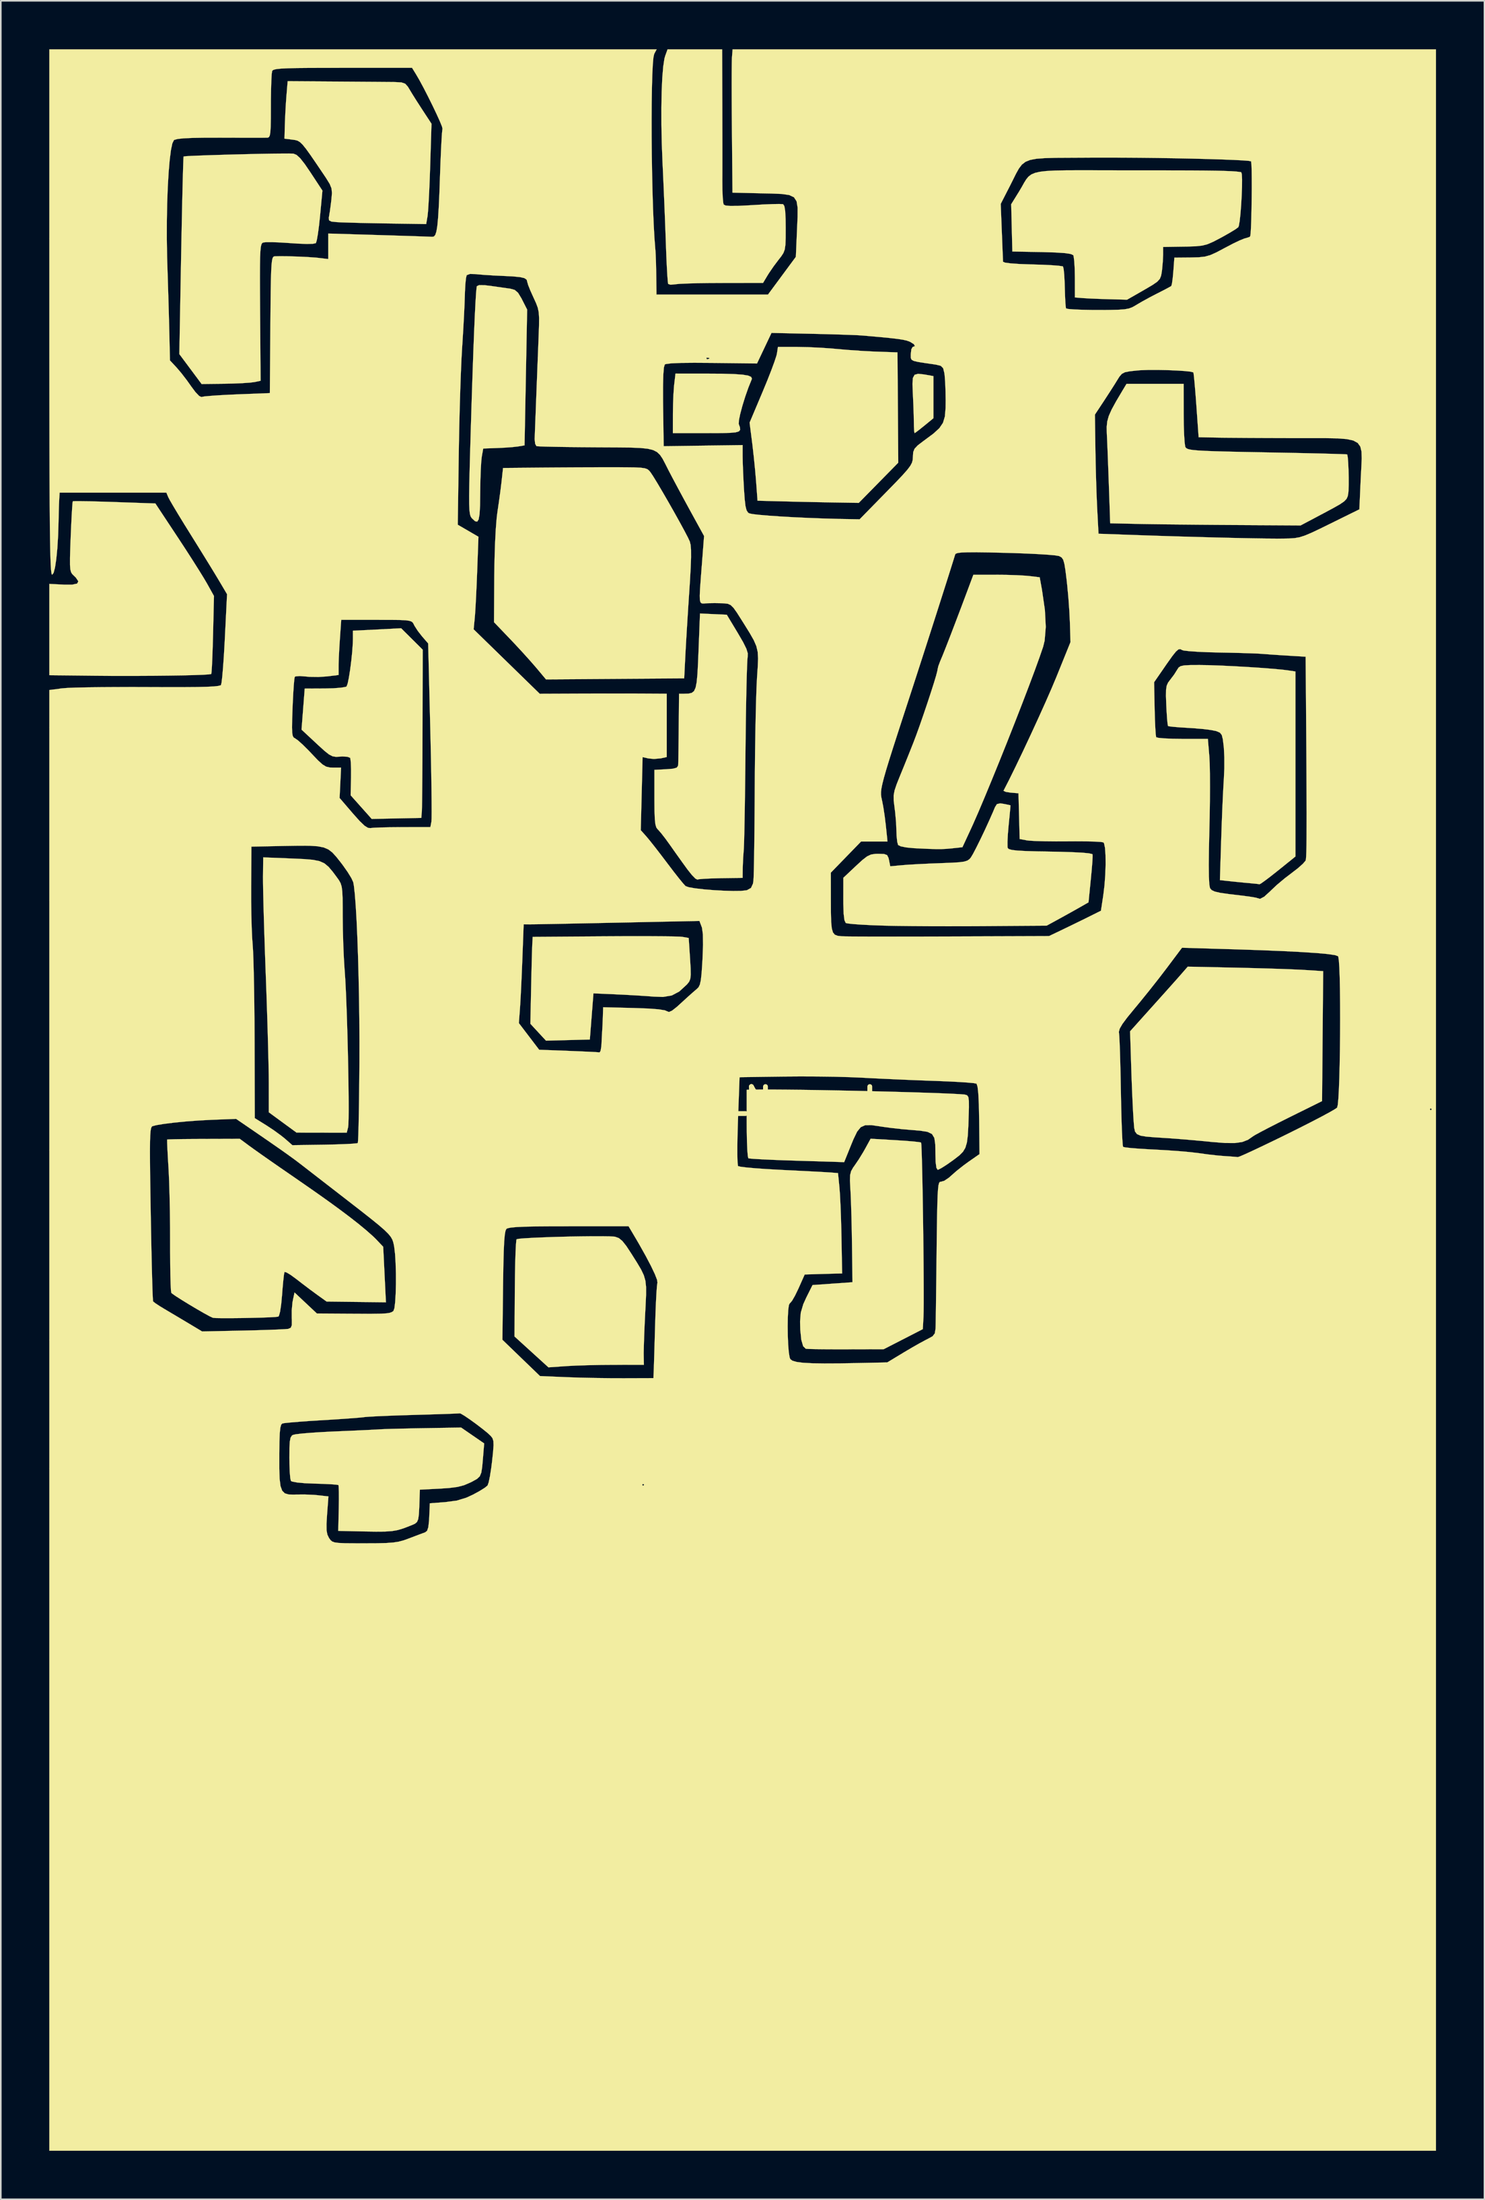
<source format=kicad_pcb>
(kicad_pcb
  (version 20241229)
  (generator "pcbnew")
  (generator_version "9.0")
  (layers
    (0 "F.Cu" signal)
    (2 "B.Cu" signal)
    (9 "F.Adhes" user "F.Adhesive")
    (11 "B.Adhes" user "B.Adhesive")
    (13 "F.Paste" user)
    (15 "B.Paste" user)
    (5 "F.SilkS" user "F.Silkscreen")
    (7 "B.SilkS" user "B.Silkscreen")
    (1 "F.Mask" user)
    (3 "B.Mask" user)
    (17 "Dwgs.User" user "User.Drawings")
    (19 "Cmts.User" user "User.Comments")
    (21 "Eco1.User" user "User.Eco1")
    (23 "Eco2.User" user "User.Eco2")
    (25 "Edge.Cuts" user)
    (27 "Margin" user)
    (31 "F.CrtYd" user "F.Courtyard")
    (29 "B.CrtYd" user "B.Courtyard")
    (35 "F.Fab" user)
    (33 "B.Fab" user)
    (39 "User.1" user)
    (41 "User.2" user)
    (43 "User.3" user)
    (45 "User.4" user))
  (footprint "blocks_Normal"
    (layer "F.Cu")
    (at 42.932 65.029)
    (property "Reference" "blocks_Normal" (at 0 0 0) (layer "F.SilkS") (effects (font (size 1.524 1.524) (thickness 0.3))))
    (attr through_hole)
    (fp_poly (pts (xy 11.221 -44.908) (xy 11.398 -44.877) (xy 11.811 -44.803) (xy 11.811 -42.195) (xy 11.25 -41.735) (xy 10.939 -41.486) (xy 10.718 -41.319) (xy 10.647 -41.275) (xy 10.623 -41.39) (xy 10.607 -41.684) (xy 10.603 -41.942) (xy 10.594 -42.39) (xy 10.574 -42.98) (xy 10.546 -43.601) (xy 10.539 -43.739) (xy 10.516 -44.322) (xy 10.543 -44.691) (xy 10.649 -44.885) (xy 10.865 -44.944) (xy 11.221 -44.908)) (stroke (width 0.01) (type solid)) (fill yes) (layer "F.SilkS"))
    (fp_poly (pts (xy -2.237 -44.957) (xy -1.271 -44.95) (xy -0.535 -44.929) (xy -0.006 -44.892) (xy 0.339 -44.835) (xy 0.525 -44.755) (xy 0.574 -44.648) (xy 0.558 -44.591) (xy 0.36 -44.101) (xy 0.164 -43.544) (xy -0.011 -42.98) (xy -0.148 -42.468) (xy -0.231 -42.069) (xy -0.242 -41.842) (xy -0.239 -41.831) (xy -0.166 -41.631) (xy -0.152 -41.485) (xy -0.227 -41.386) (xy -0.424 -41.324) (xy -0.774 -41.291) (xy -1.309 -41.278) (xy -2.06 -41.275) (xy -2.223 -41.275) (xy -4.318 -41.275) (xy -4.317 -42.45) (xy -4.307 -43.069) (xy -4.283 -43.681) (xy -4.248 -44.179) (xy -4.236 -44.291) (xy -4.156 -44.958) (xy -2.237 -44.957)) (stroke (width 0.01) (type solid)) (fill yes) (layer "F.SilkS"))
    (fp_poly (pts (xy 4.08 -46.594) (xy 4.888 -46.555) (xy 5.647 -46.499) (xy 5.805 -46.485) (xy 6.538 -46.421) (xy 7.37 -46.363) (xy 8.15 -46.322) (xy 8.319 -46.316) (xy 9.588 -46.271) (xy 9.612 -42.858) (xy 9.635 -39.444) (xy 7.191 -36.957) (xy 5.596 -36.984) (xy 4.777 -37) (xy 3.854 -37.019) (xy 2.962 -37.039) (xy 2.462 -37.052) (xy 0.923 -37.092) (xy 0.836 -38.263) (xy 0.777 -38.958) (xy 0.697 -39.757) (xy 0.612 -40.513) (xy 0.591 -40.679) (xy 0.432 -41.924) (xy 1.247 -43.854) (xy 1.528 -44.534) (xy 1.775 -45.162) (xy 1.969 -45.689) (xy 2.092 -46.063) (xy 2.124 -46.196) (xy 2.187 -46.609) (xy 3.374 -46.609) (xy 4.08 -46.594)) (stroke (width 0.01) (type solid)) (fill yes) (layer "F.SilkS"))
    (fp_poly (pts (xy -5.634 -10.14) (xy -4.878 -10.134) (xy -4.285 -10.125) (xy -3.888 -10.112) (xy -3.734 -10.099) (xy -3.34 -10.029) (xy -3.255 -8.739) (xy -3.22 -8.151) (xy -3.213 -7.758) (xy -3.24 -7.503) (xy -3.309 -7.329) (xy -3.427 -7.178) (xy -3.457 -7.146) (xy -3.926 -6.716) (xy -4.389 -6.472) (xy -4.931 -6.381) (xy -5.499 -6.401) (xy -6.029 -6.441) (xy -6.707 -6.483) (xy -7.427 -6.523) (xy -7.825 -6.541) (xy -9.237 -6.603) (xy -9.349 -5.175) (xy -9.461 -3.747) (xy -10.818 -3.711) (xy -12.174 -3.675) (xy -12.658 -4.197) (xy -13.141 -4.72) (xy -13.095 -6.964) (xy -13.078 -7.727) (xy -13.061 -8.432) (xy -13.045 -9.027) (xy -13.031 -9.461) (xy -13.023 -9.652) (xy -12.998 -10.097) (xy -8.563 -10.133) (xy -7.509 -10.14) (xy -6.522 -10.142) (xy -5.634 -10.14)) (stroke (width 0.01) (type solid)) (fill yes) (layer "F.SilkS"))
    (fp_poly (pts (xy -19.81 -27.872) (xy -19.821 -23.048) (xy -19.824 -21.95) (xy -19.828 -20.92) (xy -19.834 -19.988) (xy -19.841 -19.185) (xy -19.848 -18.541) (xy -19.856 -18.087) (xy -19.863 -17.853) (xy -19.864 -17.843) (xy -19.897 -17.462) (xy -21.432 -17.43) (xy -22.966 -17.398) (xy -23.618 -18.129) (xy -24.27 -18.86) (xy -24.246 -19.955) (xy -24.244 -20.467) (xy -24.259 -20.883) (xy -24.288 -21.138) (xy -24.301 -21.178) (xy -24.465 -21.245) (xy -24.783 -21.263) (xy -24.922 -21.254) (xy -25.18 -21.24) (xy -25.391 -21.275) (xy -25.611 -21.389) (xy -25.893 -21.613) (xy -26.293 -21.976) (xy -26.387 -22.064) (xy -27.311 -22.924) (xy -27.114 -25.463) (xy -25.876 -25.47) (xy -25.334 -25.484) (xy -24.887 -25.518) (xy -24.596 -25.565) (xy -24.522 -25.597) (xy -24.456 -25.773) (xy -24.38 -26.141) (xy -24.301 -26.637) (xy -24.229 -27.2) (xy -24.171 -27.766) (xy -24.137 -28.274) (xy -24.13 -28.524) (xy -24.13 -29.045) (xy -21.145 -29.197) (xy -19.81 -27.872)) (stroke (width 0.01) (type solid)) (fill yes) (layer "F.SilkS"))
    (fp_poly (pts (xy -8.231 8.436) (xy -7.934 8.454) (xy -7.892 8.461) (xy -7.668 8.542) (xy -7.453 8.716) (xy -7.203 9.029) (xy -6.888 9.509) (xy -6.539 10.063) (xy -6.287 10.487) (xy -6.119 10.84) (xy -6.021 11.18) (xy -5.979 11.565) (xy -5.979 12.054) (xy -6.008 12.704) (xy -6.033 13.173) (xy -6.069 13.915) (xy -6.098 14.616) (xy -6.117 15.215) (xy -6.126 15.651) (xy -6.125 15.78) (xy -6.114 16.383) (xy -7.978 16.386) (xy -8.757 16.393) (xy -9.556 16.409) (xy -10.287 16.432) (xy -10.864 16.461) (xy -10.933 16.466) (xy -12.023 16.542) (xy -14.124 14.632) (xy -14.104 11.666) (xy -14.095 10.822) (xy -14.08 10.065) (xy -14.06 9.43) (xy -14.036 8.954) (xy -14.011 8.674) (xy -13.995 8.615) (xy -13.843 8.584) (xy -13.481 8.554) (xy -12.952 8.524) (xy -12.299 8.496) (xy -11.567 8.471) (xy -10.798 8.451) (xy -10.036 8.437) (xy -9.326 8.428) (xy -8.71 8.428) (xy -8.231 8.436)) (stroke (width 0.01) (type solid)) (fill yes) (layer "F.SilkS"))
    (fp_poly (pts (xy -15.966 -50.428) (xy -15.602 -50.385) (xy -15.1 -50.314) (xy -14.637 -50.248) (xy -14.382 -50.212) (xy -14.111 -50.136) (xy -13.904 -49.957) (xy -13.694 -49.612) (xy -13.656 -49.536) (xy -13.343 -48.92) (xy -13.503 -40.517) (xy -13.895 -40.451) (xy -14.226 -40.412) (xy -14.703 -40.376) (xy -15.175 -40.354) (xy -16.062 -40.322) (xy -16.152 -39.815) (xy -16.186 -39.497) (xy -16.215 -38.991) (xy -16.237 -38.363) (xy -16.248 -37.676) (xy -16.249 -37.56) (xy -16.259 -36.793) (xy -16.289 -36.258) (xy -16.346 -35.933) (xy -16.438 -35.796) (xy -16.572 -35.826) (xy -16.757 -35.999) (xy -16.789 -36.036) (xy -16.846 -36.131) (xy -16.888 -36.285) (xy -16.916 -36.528) (xy -16.931 -36.888) (xy -16.933 -37.394) (xy -16.924 -38.075) (xy -16.903 -38.96) (xy -16.882 -39.751) (xy -16.827 -41.627) (xy -16.774 -43.355) (xy -16.722 -44.922) (xy -16.673 -46.317) (xy -16.626 -47.527) (xy -16.582 -48.54) (xy -16.541 -49.344) (xy -16.505 -49.925) (xy -16.473 -50.273) (xy -16.457 -50.364) (xy -16.318 -50.433) (xy -15.966 -50.428)) (stroke (width 0.01) (type solid)) (fill yes) (layer "F.SilkS"))
    (fp_poly (pts (xy 30.576 -8.191) (xy 31.51 -8.169) (xy 32.435 -8.143) (xy 33.295 -8.116) (xy 34.035 -8.088) (xy 34.6 -8.062) (xy 34.768 -8.052) (xy 35.945 -7.977) (xy 35.911 -3.957) (xy 35.877 0.064) (xy 33.827 1.079) (xy 33.157 1.415) (xy 32.558 1.72) (xy 32.073 1.975) (xy 31.739 2.157) (xy 31.605 2.241) (xy 31.29 2.459) (xy 30.929 2.597) (xy 30.473 2.661) (xy 29.872 2.658) (xy 29.075 2.595) (xy 29.02 2.589) (xy 28.266 2.516) (xy 27.454 2.444) (xy 26.7 2.384) (xy 26.289 2.355) (xy 25.536 2.307) (xy 24.998 2.263) (xy 24.638 2.203) (xy 24.418 2.106) (xy 24.299 1.953) (xy 24.246 1.722) (xy 24.219 1.395) (xy 24.207 1.234) (xy 24.18 0.797) (xy 24.148 0.17) (xy 24.115 -0.582) (xy 24.083 -1.394) (xy 24.064 -1.968) (xy 23.991 -4.255) (xy 24.903 -5.271) (xy 25.548 -5.989) (xy 26.049 -6.547) (xy 26.432 -6.975) (xy 26.722 -7.3) (xy 26.946 -7.552) (xy 27.129 -7.76) (xy 27.211 -7.854) (xy 27.561 -8.255) (xy 30.576 -8.191)) (stroke (width 0.01) (type solid)) (fill yes) (layer "F.SilkS"))
    (fp_poly (pts (xy -40.99 -37.063) (xy -40.465 -37.055) (xy -39.802 -37.038) (xy -39.042 -37.014) (xy -38.895 -37.009) (xy -36.361 -36.92) (xy -34.976 -34.827) (xy -34.514 -34.123) (xy -34.07 -33.434) (xy -33.675 -32.81) (xy -33.36 -32.3) (xy -33.163 -31.965) (xy -32.734 -31.194) (xy -32.791 -28.806) (xy -32.812 -28.055) (xy -32.835 -27.395) (xy -32.859 -26.867) (xy -32.882 -26.511) (xy -32.902 -26.368) (xy -32.902 -26.367) (xy -33.051 -26.343) (xy -33.419 -26.32) (xy -33.975 -26.3) (xy -34.685 -26.282) (xy -35.515 -26.268) (xy -36.433 -26.257) (xy -37.404 -26.251) (xy -38.395 -26.249) (xy -39.373 -26.252) (xy -40.164 -26.26) (xy -42.926 -26.294) (xy -42.927 -31.941) (xy -42.037 -31.898) (xy -41.501 -31.898) (xy -41.203 -31.963) (xy -41.133 -32.104) (xy -41.282 -32.329) (xy -41.418 -32.461) (xy -41.516 -32.559) (xy -41.585 -32.676) (xy -41.628 -32.852) (xy -41.648 -33.127) (xy -41.648 -33.539) (xy -41.631 -34.13) (xy -41.604 -34.856) (xy -41.573 -35.567) (xy -41.542 -36.185) (xy -41.513 -36.666) (xy -41.489 -36.969) (xy -41.474 -37.054) (xy -41.34 -37.063) (xy -40.99 -37.063)) (stroke (width 0.01) (type solid)) (fill yes) (layer "F.SilkS"))
    (fp_poly (pts (xy -8.018 -39.163) (xy -7.248 -39.161) (xy -6.691 -39.153) (xy -6.308 -39.134) (xy -6.057 -39.099) (xy -5.898 -39.042) (xy -5.792 -38.957) (xy -5.706 -38.853) (xy -5.537 -38.6) (xy -5.278 -38.178) (xy -4.957 -37.634) (xy -4.601 -37.019) (xy -4.238 -36.38) (xy -3.896 -35.766) (xy -3.602 -35.226) (xy -3.384 -34.808) (xy -3.271 -34.565) (xy -3.221 -34.359) (xy -3.195 -34.044) (xy -3.193 -33.59) (xy -3.216 -32.963) (xy -3.262 -32.132) (xy -3.297 -31.597) (xy -3.357 -30.691) (xy -3.416 -29.757) (xy -3.471 -28.868) (xy -3.516 -28.095) (xy -3.545 -27.559) (xy -3.619 -26.099) (xy -7.897 -26.065) (xy -12.174 -26.032) (xy -12.786 -26.762) (xy -13.143 -27.172) (xy -13.605 -27.685) (xy -14.103 -28.223) (xy -14.396 -28.532) (xy -15.394 -29.573) (xy -15.377 -32.408) (xy -15.361 -33.465) (xy -15.329 -34.454) (xy -15.284 -35.323) (xy -15.228 -36.023) (xy -15.183 -36.386) (xy -15.09 -37.02) (xy -15 -37.673) (xy -14.932 -38.224) (xy -14.921 -38.322) (xy -14.834 -39.116) (xy -12.465 -39.141) (xy -11.511 -39.149) (xy -10.452 -39.156) (xy -9.391 -39.161) (xy -8.431 -39.163) (xy -8.018 -39.163)) (stroke (width 0.01) (type solid)) (fill yes) (layer "F.SilkS"))
    (fp_poly (pts (xy -27.909 -14.948) (xy -27.155 -14.914) (xy -26.603 -14.867) (xy -26.201 -14.786) (xy -25.897 -14.649) (xy -25.638 -14.434) (xy -25.373 -14.12) (xy -25.129 -13.792) (xy -24.989 -13.596) (xy -24.891 -13.416) (xy -24.827 -13.206) (xy -24.789 -12.918) (xy -24.77 -12.504) (xy -24.764 -11.916) (xy -24.763 -11.379) (xy -24.753 -10.545) (xy -24.728 -9.649) (xy -24.691 -8.791) (xy -24.646 -8.074) (xy -24.64 -8.004) (xy -24.603 -7.461) (xy -24.567 -6.753) (xy -24.532 -5.918) (xy -24.499 -4.989) (xy -24.47 -4.003) (xy -24.444 -2.995) (xy -24.423 -2.001) (xy -24.407 -1.055) (xy -24.397 -0.194) (xy -24.394 0.548) (xy -24.399 1.135) (xy -24.412 1.531) (xy -24.429 1.686) (xy -24.513 2.02) (xy -26.068 2.017) (xy -27.622 2.014) (xy -28.48 1.386) (xy -29.337 0.757) (xy -29.338 -1.05) (xy -29.343 -1.601) (xy -29.358 -2.364) (xy -29.381 -3.295) (xy -29.41 -4.352) (xy -29.446 -5.492) (xy -29.486 -6.673) (xy -29.525 -7.747) (xy -29.567 -8.894) (xy -29.605 -10.009) (xy -29.638 -11.057) (xy -29.665 -11.999) (xy -29.684 -12.798) (xy -29.695 -13.419) (xy -29.697 -13.823) (xy -29.697 -13.827) (xy -29.683 -15.018) (xy -27.909 -14.948)) (stroke (width 0.01) (type solid)) (fill yes) (layer "F.SilkS"))
    (fp_poly (pts (xy 9.455 2.483) (xy 10.052 2.521) (xy 10.551 2.562) (xy 10.9 2.6) (xy 11.049 2.629) (xy 11.049 2.63) (xy 11.065 2.765) (xy 11.082 3.123) (xy 11.099 3.67) (xy 11.117 4.376) (xy 11.135 5.207) (xy 11.151 6.133) (xy 11.167 7.12) (xy 11.181 8.137) (xy 11.193 9.152) (xy 11.203 10.133) (xy 11.209 11.048) (xy 11.212 11.864) (xy 11.212 12.551) (xy 11.207 13.075) (xy 11.198 13.405) (xy 11.198 13.407) (xy 11.156 14.177) (xy 8.735 15.419) (xy 6.422 15.425) (xy 5.67 15.425) (xy 4.998 15.421) (xy 4.451 15.413) (xy 4.072 15.403) (xy 3.912 15.392) (xy 3.748 15.234) (xy 3.633 14.837) (xy 3.57 14.215) (xy 3.557 13.705) (xy 3.601 13.156) (xy 3.756 12.63) (xy 3.942 12.222) (xy 4.328 11.45) (xy 5.566 11.362) (xy 6.803 11.274) (xy 6.772 8.907) (xy 6.758 8.07) (xy 6.739 7.239) (xy 6.716 6.48) (xy 6.692 5.859) (xy 6.673 5.516) (xy 6.646 4.994) (xy 6.655 4.648) (xy 6.716 4.402) (xy 6.84 4.181) (xy 6.93 4.056) (xy 7.188 3.677) (xy 7.471 3.215) (xy 7.589 3.007) (xy 7.925 2.394) (xy 9.455 2.483)) (stroke (width 0.01) (type solid)) (fill yes) (layer "F.SilkS"))
    (fp_poly (pts (xy -25.166 -63.032) (xy -24.276 -63.025) (xy -23.434 -63.018) (xy -22.686 -63.012) (xy -22.077 -63.006) (xy -21.654 -63.002) (xy -21.522 -63) (xy -21.128 -62.979) (xy -20.895 -62.899) (xy -20.728 -62.715) (xy -20.646 -62.579) (xy -20.461 -62.272) (xy -20.189 -61.839) (xy -19.884 -61.367) (xy -19.837 -61.294) (xy -19.265 -60.422) (xy -19.347 -57.802) (xy -19.376 -56.978) (xy -19.409 -56.212) (xy -19.444 -55.549) (xy -19.477 -55.038) (xy -19.507 -54.726) (xy -19.512 -54.697) (xy -19.594 -54.212) (xy -22.084 -54.252) (xy -22.894 -54.267) (xy -23.654 -54.283) (xy -24.311 -54.301) (xy -24.817 -54.317) (xy -25.119 -54.332) (xy -25.123 -54.332) (xy -25.462 -54.368) (xy -25.608 -54.444) (xy -25.623 -54.606) (xy -25.604 -54.713) (xy -25.551 -55.037) (xy -25.491 -55.486) (xy -25.459 -55.753) (xy -25.428 -56.132) (xy -25.454 -56.415) (xy -25.565 -56.691) (xy -25.787 -57.052) (xy -25.895 -57.214) (xy -26.384 -57.937) (xy -26.755 -58.479) (xy -27.033 -58.865) (xy -27.242 -59.124) (xy -27.407 -59.283) (xy -27.552 -59.37) (xy -27.702 -59.412) (xy -27.871 -59.436) (xy -28.367 -59.499) (xy -28.343 -60.389) (xy -28.317 -61.024) (xy -28.277 -61.725) (xy -28.244 -62.166) (xy -28.17 -63.056) (xy -25.166 -63.032)) (stroke (width 0.01) (type solid)) (fill yes) (layer "F.SilkS"))
    (fp_poly (pts (xy -27.837 -58.572) (xy -27.813 -58.57) (xy -27.621 -58.492) (xy -27.393 -58.284) (xy -27.102 -57.913) (xy -26.757 -57.407) (xy -26.018 -56.283) (xy -26.166 -54.716) (xy -26.231 -54.107) (xy -26.301 -53.588) (xy -26.367 -53.214) (xy -26.421 -53.037) (xy -26.423 -53.034) (xy -26.597 -52.993) (xy -26.984 -52.982) (xy -27.546 -53.003) (xy -28.006 -53.034) (xy -28.609 -53.073) (xy -29.133 -53.093) (xy -29.517 -53.091) (xy -29.694 -53.07) (xy -29.753 -53.031) (xy -29.799 -52.946) (xy -29.834 -52.788) (xy -29.86 -52.533) (xy -29.877 -52.154) (xy -29.886 -51.626) (xy -29.889 -50.924) (xy -29.886 -50.022) (xy -29.879 -48.894) (xy -29.878 -48.752) (xy -29.847 -44.514) (xy -30.236 -44.432) (xy -30.521 -44.398) (xy -30.989 -44.366) (xy -31.57 -44.342) (xy -32.061 -44.332) (xy -33.497 -44.312) (xy -34.877 -46.164) (xy -34.766 -52.258) (xy -34.742 -53.477) (xy -34.719 -54.616) (xy -34.697 -55.651) (xy -34.675 -56.556) (xy -34.655 -57.308) (xy -34.638 -57.881) (xy -34.624 -58.251) (xy -34.613 -58.393) (xy -34.613 -58.393) (xy -34.478 -58.41) (xy -34.13 -58.43) (xy -33.609 -58.452) (xy -32.956 -58.475) (xy -32.211 -58.498) (xy -31.415 -58.52) (xy -30.608 -58.54) (xy -29.831 -58.557) (xy -29.125 -58.57) (xy -28.531 -58.577) (xy -28.088 -58.579) (xy -27.837 -58.572)) (stroke (width 0.01) (type solid)) (fill yes) (layer "F.SilkS"))
    (fp_poly (pts (xy 27.307 -42.45) (xy 27.315 -41.775) (xy 27.335 -41.184) (xy 27.365 -40.727) (xy 27.401 -40.453) (xy 27.418 -40.404) (xy 27.466 -40.348) (xy 27.546 -40.3) (xy 27.681 -40.261) (xy 27.895 -40.228) (xy 28.209 -40.2) (xy 28.647 -40.175) (xy 29.232 -40.153) (xy 29.986 -40.132) (xy 30.931 -40.111) (xy 32.091 -40.088) (xy 33.081 -40.069) (xy 34.101 -40.049) (xy 35.037 -40.029) (xy 35.859 -40.01) (xy 36.539 -39.991) (xy 37.047 -39.975) (xy 37.352 -39.962) (xy 37.432 -39.954) (xy 37.465 -39.803) (xy 37.493 -39.469) (xy 37.514 -39.021) (xy 37.526 -38.528) (xy 37.526 -38.062) (xy 37.513 -37.691) (xy 37.502 -37.564) (xy 37.465 -37.365) (xy 37.393 -37.205) (xy 37.247 -37.051) (xy 36.988 -36.873) (xy 36.58 -36.641) (xy 35.992 -36.326) (xy 34.546 -35.56) (xy 30.449 -35.588) (xy 29.349 -35.596) (xy 28.238 -35.606) (xy 27.167 -35.618) (xy 26.185 -35.629) (xy 25.344 -35.641) (xy 24.693 -35.652) (xy 24.556 -35.655) (xy 22.76 -35.694) (xy 22.677 -38.072) (xy 22.647 -38.891) (xy 22.617 -39.685) (xy 22.589 -40.394) (xy 22.565 -40.958) (xy 22.549 -41.274) (xy 22.542 -41.658) (xy 22.576 -41.994) (xy 22.671 -42.335) (xy 22.846 -42.731) (xy 23.121 -43.235) (xy 23.515 -43.9) (xy 23.521 -43.91) (xy 23.77 -44.323) (xy 27.305 -44.323) (xy 27.307 -42.45)) (stroke (width 0.01) (type solid)) (fill yes) (layer "F.SilkS"))
    (fp_poly (pts (xy 28.294 -26.922) (xy 28.904 -26.912) (xy 29.662 -26.885) (xy 30.505 -26.844) (xy 31.372 -26.794) (xy 32.203 -26.739) (xy 32.934 -26.681) (xy 33.505 -26.625) (xy 33.718 -26.598) (xy 34.227 -26.523) (xy 34.227 -15.072) (xy 33.149 -14.203) (xy 32.707 -13.854) (xy 32.34 -13.576) (xy 32.092 -13.401) (xy 32.006 -13.356) (xy 31.849 -13.379) (xy 31.538 -13.41) (xy 31.433 -13.419) (xy 30.995 -13.459) (xy 30.471 -13.512) (xy 30.239 -13.537) (xy 29.553 -13.612) (xy 29.634 -16.172) (xy 29.664 -17.047) (xy 29.698 -17.922) (xy 29.734 -18.732) (xy 29.769 -19.414) (xy 29.797 -19.884) (xy 29.826 -20.531) (xy 29.826 -21.206) (xy 29.799 -21.781) (xy 29.789 -21.877) (xy 29.734 -22.329) (xy 29.667 -22.594) (xy 29.554 -22.736) (xy 29.363 -22.821) (xy 29.296 -22.842) (xy 28.993 -22.902) (xy 28.516 -22.962) (xy 27.945 -23.011) (xy 27.643 -23.03) (xy 27.107 -23.063) (xy 26.675 -23.098) (xy 26.403 -23.131) (xy 26.34 -23.148) (xy 26.312 -23.29) (xy 26.28 -23.627) (xy 26.249 -24.103) (xy 26.233 -24.428) (xy 26.212 -25.005) (xy 26.218 -25.392) (xy 26.259 -25.649) (xy 26.345 -25.839) (xy 26.469 -26.004) (xy 26.716 -26.33) (xy 26.907 -26.633) (xy 26.91 -26.638) (xy 26.997 -26.77) (xy 27.126 -26.854) (xy 27.349 -26.9) (xy 27.721 -26.919) (xy 28.293 -26.922) (xy 28.294 -26.922)) (stroke (width 0.01) (type solid)) (fill yes) (layer "F.SilkS"))
    (fp_poly (pts (xy -1.259 -61.627) (xy -1.257 -60.635) (xy -1.255 -59.649) (xy -1.254 -58.721) (xy -1.254 -57.902) (xy -1.255 -57.246) (xy -1.257 -56.896) (xy -1.252 -56.329) (xy -1.232 -55.853) (xy -1.2 -55.526) (xy -1.172 -55.418) (xy -1.052 -55.359) (xy -0.767 -55.333) (xy -0.291 -55.337) (xy 0.402 -55.372) (xy 0.635 -55.386) (xy 1.278 -55.424) (xy 1.836 -55.447) (xy 2.256 -55.455) (xy 2.487 -55.445) (xy 2.508 -55.44) (xy 2.585 -55.322) (xy 2.635 -55.021) (xy 2.661 -54.511) (xy 2.667 -53.969) (xy 2.665 -53.352) (xy 2.649 -52.929) (xy 2.607 -52.639) (xy 2.525 -52.421) (xy 2.39 -52.214) (xy 2.244 -52.028) (xy 1.932 -51.615) (xy 1.639 -51.188) (xy 1.542 -51.034) (xy 1.264 -50.569) (xy -1.273 -50.568) (xy -2.075 -50.563) (xy -2.811 -50.552) (xy -3.435 -50.534) (xy -3.901 -50.513) (xy -4.165 -50.488) (xy -4.179 -50.485) (xy -4.46 -50.458) (xy -4.61 -50.507) (xy -4.633 -50.661) (xy -4.661 -51.027) (xy -4.692 -51.565) (xy -4.723 -52.233) (xy -4.751 -52.99) (xy -4.752 -53.023) (xy -4.787 -53.979) (xy -4.83 -55.088) (xy -4.879 -56.248) (xy -4.928 -57.356) (xy -4.96 -58.047) (xy -5.005 -59.208) (xy -5.029 -60.346) (xy -5.03 -61.425) (xy -5.012 -62.41) (xy -4.974 -63.265) (xy -4.917 -63.955) (xy -4.843 -64.446) (xy -4.798 -64.609) (xy -4.648 -65.024) (xy -1.27 -65.024) (xy -1.259 -61.627)) (stroke (width 0.01) (type solid)) (fill yes) (layer "F.SilkS"))
    (fp_poly (pts (xy -16.717 20.759) (xy -16.004 21.25) (xy -16.077 22.15) (xy -16.125 22.698) (xy -16.18 23.055) (xy -16.275 23.283) (xy -16.442 23.442) (xy -16.712 23.595) (xy -16.86 23.67) (xy -17.24 23.833) (xy -17.655 23.942) (xy -18.185 24.01) (xy -18.731 24.047) (xy -19.985 24.112) (xy -20 24.534) (xy -20.022 25.192) (xy -20.047 25.643) (xy -20.087 25.933) (xy -20.16 26.108) (xy -20.28 26.214) (xy -20.462 26.297) (xy -20.606 26.354) (xy -21.002 26.506) (xy -21.348 26.611) (xy -21.706 26.674) (xy -22.138 26.705) (xy -22.704 26.71) (xy -23.409 26.698) (xy -25.038 26.662) (xy -25.006 25.271) (xy -24.998 24.703) (xy -25 24.237) (xy -25.012 23.926) (xy -25.028 23.825) (xy -25.17 23.8) (xy -25.511 23.775) (xy -25.998 23.752) (xy -26.48 23.738) (xy -27.104 23.712) (xy -27.59 23.667) (xy -27.893 23.61) (xy -27.97 23.569) (xy -28.009 23.39) (xy -28.041 23.019) (xy -28.06 22.515) (xy -28.065 22.134) (xy -28.06 21.533) (xy -28.038 21.138) (xy -27.992 20.899) (xy -27.913 20.77) (xy -27.845 20.723) (xy -27.651 20.681) (xy -27.248 20.635) (xy -26.681 20.589) (xy -25.993 20.545) (xy -25.273 20.51) (xy -24.493 20.477) (xy -23.773 20.445) (xy -23.161 20.416) (xy -22.708 20.393) (xy -22.479 20.379) (xy -22.209 20.366) (xy -21.736 20.351) (xy -21.11 20.335) (xy -20.384 20.319) (xy -19.732 20.307) (xy -17.43 20.268) (xy -16.717 20.759)) (stroke (width 0.01) (type solid)) (fill yes) (layer "F.SilkS"))
    (fp_poly (pts (xy 1.875 -0.651) (xy 2.727 -0.644) (xy 3.703 -0.632) (xy 4.772 -0.615) (xy 5.903 -0.593) (xy 7.064 -0.569) (xy 8.226 -0.541) (xy 9.357 -0.512) (xy 10.426 -0.482) (xy 11.401 -0.451) (xy 12.253 -0.421) (xy 12.949 -0.391) (xy 13.459 -0.364) (xy 13.752 -0.339) (xy 13.78 -0.334) (xy 13.903 -0.291) (xy 13.976 -0.182) (xy 14.008 0.047) (xy 14.011 0.446) (xy 14.002 0.776) (xy 13.976 1.59) (xy 13.942 2.194) (xy 13.885 2.634) (xy 13.79 2.955) (xy 13.642 3.201) (xy 13.427 3.418) (xy 13.13 3.649) (xy 13.025 3.727) (xy 12.627 4.007) (xy 12.298 4.215) (xy 12.099 4.314) (xy 12.079 4.318) (xy 11.999 4.195) (xy 11.951 3.836) (xy 11.938 3.357) (xy 11.929 2.752) (xy 11.872 2.348) (xy 11.725 2.102) (xy 11.443 1.966) (xy 10.982 1.894) (xy 10.515 1.856) (xy 9.871 1.8) (xy 9.212 1.727) (xy 8.656 1.652) (xy 8.539 1.633) (xy 7.982 1.552) (xy 7.591 1.556) (xy 7.312 1.68) (xy 7.088 1.957) (xy 6.864 2.422) (xy 6.731 2.744) (xy 6.287 3.842) (xy 3.371 3.753) (xy 2.534 3.726) (xy 1.782 3.696) (xy 1.152 3.666) (xy 0.682 3.638) (xy 0.408 3.614) (xy 0.355 3.603) (xy 0.321 3.462) (xy 0.292 3.11) (xy 0.27 2.591) (xy 0.257 1.949) (xy 0.254 1.453) (xy 0.254 -0.635) (xy 0.667 -0.645) (xy 1.178 -0.652) (xy 1.875 -0.651)) (stroke (width 0.01) (type solid)) (fill yes) (layer "F.SilkS"))
    (fp_poly (pts (xy 16.337 -32.502) (xy 16.97 -32.482) (xy 17.496 -32.453) (xy 17.738 -32.431) (xy 18.394 -32.352) (xy 18.535 -31.575) (xy 18.715 -30.334) (xy 18.77 -29.284) (xy 18.7 -28.435) (xy 18.608 -28.057) (xy 18.39 -27.422) (xy 18.09 -26.593) (xy 17.722 -25.611) (xy 17.303 -24.517) (xy 16.848 -23.349) (xy 16.374 -22.149) (xy 15.896 -20.957) (xy 15.43 -19.814) (xy 14.993 -18.758) (xy 14.601 -17.831) (xy 14.269 -17.074) (xy 14.148 -16.809) (xy 13.61 -15.648) (xy 12.996 -15.581) (xy 12.657 -15.549) (xy 12.331 -15.533) (xy 11.955 -15.532) (xy 11.468 -15.547) (xy 10.806 -15.578) (xy 10.608 -15.588) (xy 10.137 -15.633) (xy 9.786 -15.704) (xy 9.626 -15.786) (xy 9.571 -15.992) (xy 9.534 -16.356) (xy 9.524 -16.637) (xy 9.502 -17.169) (xy 9.448 -17.781) (xy 9.403 -18.142) (xy 9.354 -18.538) (xy 9.351 -18.851) (xy 9.408 -19.161) (xy 9.538 -19.548) (xy 9.738 -20.047) (xy 9.999 -20.686) (xy 10.279 -21.38) (xy 10.525 -21.998) (xy 10.565 -22.098) (xy 10.753 -22.593) (xy 10.971 -23.199) (xy 11.204 -23.87) (xy 11.437 -24.559) (xy 11.654 -25.218) (xy 11.84 -25.801) (xy 11.979 -26.262) (xy 12.055 -26.553) (xy 12.065 -26.619) (xy 12.114 -26.843) (xy 12.235 -27.166) (xy 12.252 -27.205) (xy 12.384 -27.519) (xy 12.591 -28.039) (xy 12.861 -28.733) (xy 13.181 -29.569) (xy 13.54 -30.514) (xy 13.92 -31.526) (xy 14.287 -32.509) (xy 15.684 -32.509) (xy 16.337 -32.502)) (stroke (width 0.01) (type solid)) (fill yes) (layer "F.SilkS"))
    (fp_poly (pts (xy -1.81 -30.073) (xy -0.981 -30.035) (xy -0.294 -28.895) (xy 0.033 -28.332) (xy 0.231 -27.931) (xy 0.318 -27.649) (xy 0.312 -27.441) (xy 0.311 -27.434) (xy 0.292 -27.243) (xy 0.273 -26.825) (xy 0.253 -26.209) (xy 0.233 -25.422) (xy 0.215 -24.492) (xy 0.198 -23.448) (xy 0.184 -22.316) (xy 0.176 -21.59) (xy 0.164 -20.407) (xy 0.15 -19.284) (xy 0.136 -18.251) (xy 0.12 -17.338) (xy 0.105 -16.573) (xy 0.09 -15.986) (xy 0.076 -15.607) (xy 0.069 -15.494) (xy 0.031 -14.977) (xy 0.008 -14.433) (xy 0.006 -14.337) (xy 0 -13.752) (xy -1.351 -13.731) (xy -1.916 -13.716) (xy -2.386 -13.694) (xy -2.702 -13.667) (xy -2.805 -13.646) (xy -2.926 -13.707) (xy -3.143 -13.929) (xy -3.401 -14.252) (xy -3.733 -14.709) (xy -4.123 -15.254) (xy -4.476 -15.755) (xy -4.777 -16.172) (xy -5.048 -16.52) (xy -5.236 -16.734) (xy -5.259 -16.754) (xy -5.342 -16.865) (xy -5.4 -17.06) (xy -5.436 -17.382) (xy -5.455 -17.87) (xy -5.461 -18.566) (xy -5.461 -18.678) (xy -5.461 -20.434) (xy -4.731 -20.472) (xy -4.312 -20.506) (xy -4.088 -20.567) (xy -4 -20.679) (xy -3.988 -20.765) (xy -3.982 -20.974) (xy -3.975 -21.388) (xy -3.968 -21.957) (xy -3.96 -22.633) (xy -3.956 -23.082) (xy -3.937 -25.146) (xy -3.611 -25.146) (xy -3.35 -25.153) (xy -3.154 -25.197) (xy -3.011 -25.308) (xy -2.912 -25.521) (xy -2.844 -25.866) (xy -2.796 -26.377) (xy -2.759 -27.086) (xy -2.732 -27.751) (xy -2.639 -30.11) (xy -1.81 -30.073)) (stroke (width 0.01) (type solid)) (fill yes) (layer "F.SilkS"))
    (fp_poly (pts (xy 21.929 -57.54) (xy 23.194 -57.537) (xy 24.016 -57.537) (xy 25.502 -57.536) (xy 26.755 -57.534) (xy 27.797 -57.53) (xy 28.647 -57.523) (xy 29.327 -57.513) (xy 29.859 -57.5) (xy 30.263 -57.484) (xy 30.561 -57.463) (xy 30.773 -57.439) (xy 30.873 -57.42) (xy 30.91 -57.293) (xy 30.924 -56.97) (xy 30.92 -56.508) (xy 30.9 -55.964) (xy 30.867 -55.395) (xy 30.825 -54.859) (xy 30.777 -54.411) (xy 30.725 -54.109) (xy 30.688 -54.016) (xy 30.514 -53.889) (xy 30.178 -53.684) (xy 29.741 -53.436) (xy 29.586 -53.352) (xy 29.137 -53.118) (xy 28.79 -52.968) (xy 28.46 -52.881) (xy 28.065 -52.838) (xy 27.521 -52.82) (xy 27.332 -52.817) (xy 26.035 -52.795) (xy 26.035 -52.323) (xy 26.016 -51.881) (xy 25.97 -51.386) (xy 25.958 -51.287) (xy 25.912 -51.019) (xy 25.832 -50.821) (xy 25.674 -50.647) (xy 25.391 -50.45) (xy 24.94 -50.184) (xy 24.842 -50.127) (xy 23.803 -49.532) (xy 22.665 -49.563) (xy 22.086 -49.581) (xy 21.545 -49.604) (xy 21.136 -49.627) (xy 21.05 -49.633) (xy 20.574 -49.672) (xy 20.572 -50.903) (xy 20.562 -51.449) (xy 20.535 -51.906) (xy 20.497 -52.209) (xy 20.472 -52.289) (xy 20.32 -52.36) (xy 19.959 -52.415) (xy 19.374 -52.454) (xy 18.55 -52.479) (xy 18.537 -52.479) (xy 16.701 -52.514) (xy 16.665 -53.977) (xy 16.629 -55.44) (xy 17.109 -56.214) (xy 17.289 -56.518) (xy 17.431 -56.772) (xy 17.56 -56.98) (xy 17.699 -57.148) (xy 17.87 -57.279) (xy 18.097 -57.377) (xy 18.404 -57.448) (xy 18.812 -57.496) (xy 19.345 -57.524) (xy 20.027 -57.538) (xy 20.881 -57.542) (xy 21.929 -57.54)) (stroke (width 0.01) (type solid)) (fill yes) (layer "F.SilkS"))
    (fp_poly (pts (xy -30.569 2.819) (xy -30.234 3.061) (xy -29.756 3.4) (xy -29.203 3.787) (xy -28.712 4.128) (xy -27.756 4.787) (xy -26.975 5.328) (xy -26.333 5.776) (xy -25.796 6.157) (xy -25.327 6.495) (xy -24.891 6.815) (xy -24.454 7.143) (xy -24.32 7.244) (xy -23.801 7.65) (xy -23.308 8.057) (xy -22.907 8.411) (xy -22.716 8.595) (xy -22.255 9.081) (xy -22.171 10.799) (xy -22.087 12.517) (xy -23.924 12.493) (xy -25.761 12.469) (xy -26.351 12.045) (xy -26.784 11.727) (xy -27.286 11.347) (xy -27.626 11.084) (xy -27.973 10.829) (xy -28.238 10.669) (xy -28.365 10.637) (xy -28.367 10.639) (xy -28.399 10.797) (xy -28.44 11.151) (xy -28.486 11.643) (xy -28.516 12.044) (xy -28.572 12.642) (xy -28.639 13.093) (xy -28.712 13.355) (xy -28.751 13.402) (xy -28.936 13.424) (xy -29.319 13.446) (xy -29.841 13.465) (xy -30.449 13.48) (xy -31.084 13.492) (xy -31.693 13.499) (xy -32.218 13.499) (xy -32.603 13.492) (xy -32.792 13.477) (xy -32.795 13.477) (xy -33 13.382) (xy -33.349 13.192) (xy -33.787 12.94) (xy -34.258 12.66) (xy -34.708 12.384) (xy -35.08 12.147) (xy -35.319 11.98) (xy -35.375 11.928) (xy -35.397 11.77) (xy -35.416 11.395) (xy -35.432 10.841) (xy -35.442 10.144) (xy -35.447 9.343) (xy -35.447 8.853) (xy -35.45 7.881) (xy -35.462 6.873) (xy -35.483 5.897) (xy -35.509 5.023) (xy -35.541 4.318) (xy -35.549 4.191) (xy -35.587 3.562) (xy -35.615 3.031) (xy -35.631 2.647) (xy -35.633 2.457) (xy -35.631 2.445) (xy -35.501 2.435) (xy -35.159 2.425) (xy -34.645 2.416) (xy -34.001 2.41) (xy -33.369 2.407) (xy -31.135 2.399) (xy -30.569 2.819)) (stroke (width 0.01) (type solid)) (fill yes) (layer "F.SilkS"))
    (fp_poly (pts (xy 16.157 -18.331) (xy 16.441 -18.274) (xy 16.581 -18.24) (xy 16.584 -18.238) (xy 16.576 -18.115) (xy 16.547 -17.794) (xy 16.502 -17.331) (xy 16.469 -17) (xy 16.422 -16.454) (xy 16.399 -15.992) (xy 16.4 -15.682) (xy 16.414 -15.597) (xy 16.49 -15.529) (xy 16.68 -15.477) (xy 17.016 -15.439) (xy 17.528 -15.411) (xy 18.248 -15.39) (xy 18.665 -15.383) (xy 19.689 -15.362) (xy 20.479 -15.337) (xy 21.053 -15.307) (xy 21.43 -15.271) (xy 21.63 -15.227) (xy 21.667 -15.206) (xy 21.671 -15.07) (xy 21.653 -14.734) (xy 21.614 -14.248) (xy 21.562 -13.7) (xy 21.416 -12.236) (xy 20.9 -11.941) (xy 20.507 -11.719) (xy 20.011 -11.443) (xy 19.606 -11.22) (xy 18.829 -10.795) (xy 14.907 -10.763) (xy 13.795 -10.757) (xy 12.641 -10.756) (xy 11.505 -10.759) (xy 10.444 -10.767) (xy 9.518 -10.779) (xy 8.785 -10.794) (xy 8.763 -10.795) (xy 8.03 -10.821) (xy 7.38 -10.854) (xy 6.859 -10.891) (xy 6.511 -10.929) (xy 6.386 -10.959) (xy 6.306 -11.128) (xy 6.256 -11.519) (xy 6.235 -12.145) (xy 6.234 -12.407) (xy 6.236 -13.755) (xy 7.023 -14.496) (xy 7.423 -14.862) (xy 7.711 -15.083) (xy 7.954 -15.195) (xy 8.218 -15.235) (xy 8.398 -15.239) (xy 8.76 -15.227) (xy 8.945 -15.158) (xy 9.032 -14.987) (xy 9.063 -14.852) (xy 9.14 -14.465) (xy 9.872 -14.534) (xy 10.29 -14.566) (xy 10.882 -14.6) (xy 11.568 -14.633) (xy 12.255 -14.66) (xy 12.935 -14.686) (xy 13.408 -14.715) (xy 13.719 -14.757) (xy 13.916 -14.819) (xy 14.045 -14.91) (xy 14.131 -15.011) (xy 14.263 -15.231) (xy 14.471 -15.628) (xy 14.727 -16.144) (xy 15.003 -16.723) (xy 15.272 -17.31) (xy 15.509 -17.846) (xy 15.626 -18.127) (xy 15.747 -18.317) (xy 15.952 -18.36) (xy 16.157 -18.331)) (stroke (width 0.01) (type solid)) (fill yes) (layer "F.SilkS"))
    (fp_poly (pts (xy -5.475 -64.744) (xy -5.524 -64.523) (xy -5.563 -64.079) (xy -5.594 -63.443) (xy -5.616 -62.647) (xy -5.63 -61.722) (xy -5.636 -60.698) (xy -5.634 -59.607) (xy -5.624 -58.479) (xy -5.606 -57.347) (xy -5.581 -56.241) (xy -5.549 -55.192) (xy -5.509 -54.231) (xy -5.463 -53.389) (xy -5.41 -52.698) (xy -5.399 -52.578) (xy -5.383 -52.313) (xy -5.367 -51.87) (xy -5.354 -51.326) (xy -5.35 -51.054) (xy -5.334 -49.847) (xy 1.568 -49.847) (xy 3.296 -52.185) (xy 3.369 -53.874) (xy 3.403 -54.658) (xy 3.405 -55.229) (xy 3.368 -55.461) (xy 15.98 -55.461) (xy 16.048 -53.734) (xy 16.074 -53.091) (xy 16.096 -52.537) (xy 16.113 -52.123) (xy 16.122 -51.9) (xy 16.123 -51.88) (xy 16.248 -51.826) (xy 16.596 -51.779) (xy 17.138 -51.741) (xy 17.844 -51.715) (xy 17.939 -51.713) (xy 18.593 -51.693) (xy 19.155 -51.665) (xy 19.575 -51.632) (xy 19.808 -51.598) (xy 19.836 -51.586) (xy 19.876 -51.428) (xy 19.912 -51.078) (xy 19.938 -50.594) (xy 19.947 -50.292) (xy 19.963 -49.76) (xy 19.985 -49.326) (xy 20.011 -49.051) (xy 20.026 -48.99) (xy 20.165 -48.957) (xy 20.513 -48.929) (xy 21.024 -48.908) (xy 21.652 -48.896) (xy 21.981 -48.895) (xy 22.722 -48.897) (xy 23.258 -48.909) (xy 23.637 -48.936) (xy 23.907 -48.984) (xy 24.117 -49.06) (xy 24.314 -49.169) (xy 24.359 -49.197) (xy 24.727 -49.414) (xy 25.212 -49.679) (xy 25.659 -49.911) (xy 26.069 -50.12) (xy 26.384 -50.287) (xy 26.539 -50.377) (xy 26.543 -50.381) (xy 26.584 -50.528) (xy 26.63 -50.857) (xy 26.67 -51.287) (xy 26.733 -52.133) (xy 27.762 -52.144) (xy 28.257 -52.157) (xy 28.63 -52.199) (xy 28.967 -52.295) (xy 29.352 -52.469) (xy 29.872 -52.745) (xy 29.877 -52.748) (xy 30.364 -53.003) (xy 30.783 -53.203) (xy 31.073 -53.32) (xy 31.159 -53.34) (xy 31.379 -53.41) (xy 31.43 -53.463) (xy 31.454 -53.621) (xy 31.476 -53.981) (xy 31.495 -54.491) (xy 31.509 -55.102) (xy 31.519 -55.764) (xy 31.525 -56.427) (xy 31.524 -57.041) (xy 31.518 -57.557) (xy 31.504 -57.924) (xy 31.484 -58.092) (xy 31.481 -58.096) (xy 31.331 -58.125) (xy 30.957 -58.154) (xy 30.389 -58.183) (xy 29.658 -58.211) (xy 28.794 -58.238) (xy 27.826 -58.262) (xy 26.785 -58.284) (xy 25.701 -58.302) (xy 24.604 -58.316) (xy 23.525 -58.325) (xy 22.493 -58.328) (xy 21.539 -58.326) (xy 21.356 -58.324) (xy 20.261 -58.317) (xy 19.389 -58.311) (xy 18.709 -58.293) (xy 18.19 -58.254) (xy 17.802 -58.181) (xy 17.512 -58.064) (xy 17.29 -57.891) (xy 17.107 -57.651) (xy 16.929 -57.333) (xy 16.727 -56.926) (xy 16.559 -56.591) (xy 15.98 -55.461) (xy 3.368 -55.461) (xy 3.341 -55.622) (xy 3.179 -55.87) (xy 2.884 -56.01) (xy 2.423 -56.076) (xy 1.764 -56.102) (xy 1.22 -56.114) (xy -0.628 -56.158) (xy -0.663 -60.115) (xy -0.671 -61.116) (xy -0.675 -62.055) (xy -0.677 -62.896) (xy -0.675 -63.604) (xy -0.67 -64.144) (xy -0.663 -64.479) (xy -0.659 -64.548) (xy -0.62 -65.024) (xy 42.926 -65.024) (xy 42.926 65.024) (xy -42.926 65.024) (xy -42.926 21.949) (xy -28.691 21.949) (xy -28.691 22.807) (xy -28.669 23.443) (xy -28.613 23.89) (xy -28.509 24.178) (xy -28.345 24.341) (xy -28.107 24.41) (xy -27.782 24.418) (xy -27.681 24.414) (xy -27.121 24.409) (xy -26.525 24.436) (xy -26.317 24.455) (xy -25.646 24.53) (xy -25.732 25.659) (xy -25.766 26.236) (xy -25.762 26.625) (xy -25.713 26.891) (xy -25.614 27.097) (xy -25.605 27.11) (xy -25.519 27.231) (xy -25.419 27.318) (xy -25.264 27.375) (xy -25.012 27.409) (xy -24.623 27.426) (xy -24.055 27.431) (xy -23.418 27.432) (xy -22.641 27.428) (xy -22.062 27.414) (xy -21.628 27.382) (xy -21.283 27.327) (xy -20.973 27.243) (xy -20.659 27.129) (xy -20.22 26.962) (xy -19.854 26.825) (xy -19.659 26.755) (xy -19.536 26.657) (xy -19.46 26.431) (xy -19.416 26.023) (xy -19.405 25.819) (xy -19.367 24.956) (xy -18.415 24.883) (xy -17.707 24.79) (xy -17.104 24.607) (xy -16.693 24.418) (xy -16.282 24.193) (xy -15.956 23.988) (xy -15.793 23.855) (xy -15.778 23.812) (xy -6.223 23.812) (xy -6.16 23.876) (xy -6.096 23.812) (xy -6.16 23.749) (xy -6.223 23.812) (xy -15.778 23.812) (xy -15.725 23.663) (xy -15.645 23.28) (xy -15.565 22.768) (xy -15.514 22.363) (xy -15.45 21.763) (xy -15.423 21.361) (xy -15.433 21.103) (xy -15.485 20.935) (xy -15.581 20.802) (xy -15.588 20.795) (xy -15.794 20.602) (xy -16.118 20.34) (xy -16.501 20.047) (xy -16.889 19.766) (xy -17.224 19.539) (xy -17.45 19.406) (xy -17.509 19.388) (xy -17.654 19.397) (xy -18.015 19.412) (xy -18.554 19.431) (xy -19.233 19.453) (xy -20.013 19.476) (xy -20.32 19.485) (xy -21.151 19.51) (xy -21.917 19.538) (xy -22.574 19.566) (xy -23.077 19.593) (xy -23.384 19.616) (xy -23.431 19.622) (xy -23.681 19.65) (xy -24.134 19.687) (xy -24.741 19.731) (xy -25.452 19.778) (xy -26.066 19.815) (xy -26.807 19.861) (xy -27.465 19.909) (xy -27.998 19.953) (xy -28.36 19.991) (xy -28.501 20.016) (xy -28.574 20.093) (xy -28.626 20.283) (xy -28.661 20.62) (xy -28.681 21.138) (xy -28.691 21.873) (xy -28.691 21.949) (xy -42.926 21.949) (xy -42.926 14.836) (xy -14.874 14.836) (xy -13.71 15.959) (xy -12.546 17.081) (xy -10.877 17.152) (xy -10.073 17.179) (xy -9.135 17.2) (xy -8.181 17.213) (xy -7.366 17.216) (xy -5.524 17.209) (xy -5.506 16.828) (xy -5.497 16.584) (xy -5.483 16.134) (xy -5.464 15.522) (xy -5.443 14.796) (xy -5.42 14.001) (xy -5.418 13.937) (xy -5.393 13.161) (xy -5.364 12.469) (xy -5.333 11.904) (xy -5.304 11.506) (xy -5.277 11.315) (xy -5.273 11.307) (xy -5.294 11.134) (xy -5.432 10.777) (xy -5.673 10.27) (xy -6.001 9.646) (xy -6.399 8.936) (xy -6.574 8.636) (xy -7.062 7.811) (xy -10.764 7.811) (xy -11.894 7.813) (xy -12.793 7.821) (xy -13.484 7.836) (xy -13.991 7.859) (xy -14.337 7.89) (xy -14.545 7.932) (xy -14.63 7.975) (xy -14.684 8.094) (xy -14.728 8.344) (xy -14.764 8.751) (xy -14.791 9.335) (xy -14.813 10.121) (xy -14.83 11.131) (xy -14.835 11.488) (xy -14.874 14.836) (xy -42.926 14.836) (xy -42.926 3.116) (xy -36.698 3.116) (xy -36.695 3.817) (xy -36.686 4.706) (xy -36.669 5.806) (xy -36.649 7.033) (xy -36.628 8.173) (xy -36.607 9.235) (xy -36.585 10.191) (xy -36.564 11.013) (xy -36.544 11.677) (xy -36.526 12.153) (xy -36.51 12.417) (xy -36.503 12.461) (xy -36.373 12.567) (xy -36.088 12.756) (xy -35.782 12.941) (xy -35.315 13.218) (xy -34.759 13.548) (xy -34.29 13.828) (xy -33.465 14.322) (xy -30.924 14.267) (xy -30.132 14.248) (xy -29.414 14.226) (xy -28.815 14.203) (xy -28.377 14.182) (xy -28.144 14.163) (xy -28.131 14.16) (xy -27.977 14.093) (xy -27.911 13.928) (xy -27.91 13.596) (xy -27.916 13.499) (xy -27.917 13.007) (xy -27.872 12.521) (xy -27.85 12.4) (xy -27.745 11.909) (xy -26.362 13.208) (xy -24.325 13.223) (xy -23.471 13.228) (xy -22.834 13.227) (xy -22.378 13.22) (xy -22.067 13.202) (xy -21.864 13.172) (xy -21.733 13.127) (xy -21.638 13.066) (xy -21.622 13.053) (xy -21.56 12.879) (xy -21.514 12.505) (xy -21.482 11.985) (xy -21.467 11.372) (xy -21.468 10.721) (xy -21.486 10.086) (xy -21.521 9.519) (xy -21.574 9.075) (xy -21.584 9.021) (xy -21.626 8.823) (xy -21.684 8.647) (xy -21.781 8.473) (xy -21.939 8.278) (xy -22.179 8.041) (xy -22.524 7.742) (xy -22.997 7.358) (xy -23.62 6.868) (xy -24.415 6.251) (xy -24.697 6.032) (xy -25.374 5.508) (xy -26.022 5.007) (xy -26.599 4.56) (xy -27.064 4.199) (xy -27.378 3.957) (xy -27.417 3.927) (xy -27.721 3.697) (xy -28.107 3.416) (xy -28.603 3.064) (xy -28.947 2.825) (xy -0.328 2.825) (xy -0.328 3.42) (xy -0.315 3.846) (xy -0.29 4.068) (xy -0.28 4.088) (xy -0.125 4.127) (xy 0.244 4.173) (xy 0.787 4.222) (xy 1.465 4.27) (xy 2.238 4.314) (xy 2.423 4.324) (xy 3.239 4.364) (xy 3.995 4.402) (xy 4.644 4.436) (xy 5.14 4.464) (xy 5.436 4.483) (xy 5.461 4.485) (xy 5.905 4.52) (xy 5.993 5.403) (xy 6.025 5.833) (xy 6.057 6.452) (xy 6.086 7.195) (xy 6.109 7.995) (xy 6.12 8.509) (xy 6.16 10.732) (xy 5.842 10.738) (xy 5.549 10.745) (xy 5.106 10.757) (xy 4.684 10.769) (xy 3.844 10.795) (xy 3.447 11.684) (xy 3.242 12.107) (xy 3.061 12.421) (xy 2.936 12.568) (xy 2.921 12.573) (xy 2.863 12.69) (xy 2.822 13.005) (xy 2.797 13.462) (xy 2.789 14.005) (xy 2.796 14.577) (xy 2.819 15.125) (xy 2.856 15.59) (xy 2.908 15.919) (xy 2.953 16.037) (xy 3.087 16.134) (xy 3.343 16.207) (xy 3.742 16.259) (xy 4.308 16.29) (xy 5.062 16.302) (xy 6.028 16.297) (xy 7.048 16.278) (xy 8.954 16.237) (xy 9.97 15.623) (xy 10.483 15.32) (xy 10.973 15.041) (xy 11.36 14.834) (xy 11.462 14.783) (xy 11.758 14.621) (xy 11.899 14.441) (xy 11.946 14.145) (xy 11.952 13.978) (xy 11.957 13.712) (xy 11.964 13.226) (xy 11.973 12.557) (xy 11.983 11.741) (xy 11.995 10.811) (xy 12.007 9.804) (xy 12.013 9.207) (xy 12.027 8.061) (xy 12.041 7.144) (xy 12.057 6.431) (xy 12.075 5.897) (xy 12.099 5.519) (xy 12.128 5.27) (xy 12.166 5.127) (xy 12.212 5.065) (xy 12.269 5.058) (xy 12.48 5) (xy 12.77 4.806) (xy 12.898 4.692) (xy 13.24 4.391) (xy 13.68 4.043) (xy 13.993 3.815) (xy 14.668 3.345) (xy 14.646 1.209) (xy 14.627 0.281) (xy 14.594 -0.397) (xy 14.546 -0.827) (xy 14.484 -1.012) (xy 14.478 -1.016) (xy 14.311 -1.048) (xy 13.932 -1.083) (xy 13.383 -1.12) (xy 12.706 -1.154) (xy 11.942 -1.185) (xy 11.898 -1.186) (xy 10.944 -1.221) (xy 9.895 -1.264) (xy 8.85 -1.311) (xy 7.905 -1.357) (xy 7.429 -1.383) (xy 6.644 -1.417) (xy 5.687 -1.443) (xy 4.639 -1.459) (xy 3.581 -1.464) (xy 2.603 -1.456) (xy -0.191 -1.414) (xy -0.29 1.282) (xy -0.315 2.1) (xy -0.328 2.825) (xy -28.947 2.825) (xy -29.236 2.624) (xy -30.033 2.075) (xy -30.763 1.575) (xy -31.364 1.164) (xy -32.859 1.222) (xy -33.646 1.263) (xy -34.436 1.322) (xy -35.176 1.394) (xy -35.814 1.473) (xy -36.296 1.552) (xy -36.544 1.617) (xy -36.592 1.657) (xy -36.63 1.751) (xy -36.66 1.922) (xy -36.68 2.191) (xy -36.693 2.582) (xy -36.698 3.116) (xy -42.926 3.116) (xy -42.926 -13.208) (xy -30.432 -13.208) (xy -30.432 -12.351) (xy -30.42 -11.498) (xy -30.399 -10.714) (xy -30.371 -10.062) (xy -30.341 -9.652) (xy -30.316 -9.276) (xy -30.292 -8.683) (xy -30.271 -7.909) (xy -30.252 -6.989) (xy -30.237 -5.961) (xy -30.226 -4.86) (xy -30.22 -3.727) (xy -30.207 1.119) (xy -29.486 1.567) (xy -29.025 1.872) (xy -28.58 2.196) (xy -28.321 2.405) (xy -27.877 2.794) (xy -25.886 2.762) (xy -25.201 2.747) (xy -24.609 2.726) (xy -24.155 2.702) (xy -23.884 2.676) (xy -23.828 2.661) (xy -23.812 2.523) (xy -23.795 2.159) (xy -23.779 1.596) (xy -23.764 0.862) (xy -23.75 -0.014) (xy -23.739 -1.006) (xy -23.729 -2.085) (xy -23.727 -2.355) (xy -23.725 -3.661) (xy -23.732 -4.763) (xy -13.856 -4.763) (xy -12.597 -3.111) (xy -10.775 -3.043) (xy -10.118 -3.016) (xy -9.553 -2.991) (xy -9.127 -2.969) (xy -8.889 -2.952) (xy -8.858 -2.947) (xy -8.795 -3.043) (xy -8.749 -3.316) (xy -8.739 -3.461) (xy -8.718 -3.886) (xy -8.699 -4.223) (xy 23.295 -4.223) (xy 23.302 -4.156) (xy 23.321 -3.956) (xy 23.342 -3.54) (xy 23.364 -2.943) (xy 23.385 -2.203) (xy 23.405 -1.357) (xy 23.42 -0.529) (xy 23.438 0.368) (xy 23.459 1.181) (xy 23.483 1.874) (xy 23.509 2.414) (xy 23.534 2.767) (xy 23.556 2.898) (xy 23.706 2.932) (xy 24.062 2.972) (xy 24.579 3.012) (xy 25.208 3.05) (xy 25.503 3.065) (xy 26.257 3.107) (xy 27.006 3.16) (xy 27.672 3.219) (xy 28.178 3.277) (xy 28.258 3.288) (xy 28.839 3.368) (xy 29.442 3.435) (xy 29.845 3.467) (xy 30.253 3.495) (xy 30.556 3.52) (xy 30.657 3.533) (xy 30.797 3.485) (xy 31.133 3.339) (xy 31.634 3.109) (xy 32.267 2.809) (xy 33.002 2.455) (xy 33.71 2.109) (xy 34.513 1.709) (xy 35.245 1.337) (xy 35.874 1.009) (xy 36.366 0.742) (xy 36.661 0.572) (xy 42.545 0.572) (xy 42.608 0.635) (xy 42.672 0.572) (xy 42.608 0.508) (xy 42.545 0.572) (xy 36.661 0.572) (xy 36.69 0.555) (xy 36.809 0.47) (xy 36.851 0.296) (xy 36.888 -0.095) (xy 36.92 -0.668) (xy 36.947 -1.387) (xy 36.968 -2.218) (xy 36.984 -3.124) (xy 36.994 -4.072) (xy 36.998 -5.024) (xy 36.995 -5.947) (xy 36.986 -6.804) (xy 36.971 -7.561) (xy 36.948 -8.182) (xy 36.918 -8.632) (xy 36.881 -8.875) (xy 36.866 -8.904) (xy 36.674 -8.971) (xy 36.232 -9.036) (xy 35.546 -9.099) (xy 34.621 -9.16) (xy 33.462 -9.219) (xy 32.075 -9.276) (xy 30.464 -9.33) (xy 30.208 -9.337) (xy 27.205 -9.426) (xy 26.265 -8.174) (xy 25.775 -7.534) (xy 25.202 -6.807) (xy 24.629 -6.099) (xy 24.282 -5.68) (xy 23.823 -5.121) (xy 23.519 -4.713) (xy 23.35 -4.424) (xy 23.295 -4.223) (xy -8.699 -4.223) (xy -8.697 -4.256) (xy -8.693 -4.318) (xy -8.674 -4.65) (xy -8.657 -5.079) (xy -8.653 -5.189) (xy -8.636 -5.743) (xy -6.737 -5.696) (xy -5.846 -5.664) (xy -5.206 -5.616) (xy -4.814 -5.553) (xy -4.682 -5.495) (xy -4.561 -5.449) (xy -4.373 -5.531) (xy -4.078 -5.762) (xy -3.812 -6.003) (xy -3.428 -6.355) (xy -3.084 -6.662) (xy -2.85 -6.862) (xy -2.836 -6.874) (xy -2.725 -6.987) (xy -2.645 -7.155) (xy -2.587 -7.423) (xy -2.541 -7.837) (xy -2.5 -8.442) (xy -2.484 -8.715) (xy -2.45 -9.604) (xy -2.46 -10.249) (xy -2.514 -10.654) (xy -2.535 -10.719) (xy -2.675 -11.087) (xy -7.719 -10.98) (xy -8.842 -10.957) (xy -9.899 -10.935) (xy -10.858 -10.916) (xy -11.69 -10.899) (xy -12.366 -10.887) (xy -12.856 -10.878) (xy -13.129 -10.875) (xy -13.161 -10.875) (xy -13.558 -10.876) (xy -13.64 -8.708) (xy -13.672 -7.912) (xy -13.707 -7.13) (xy -13.742 -6.429) (xy -13.774 -5.877) (xy -13.789 -5.652) (xy -13.856 -4.763) (xy -23.732 -4.763) (xy -23.733 -4.997) (xy -23.752 -6.335) (xy -23.779 -7.645) (xy -23.813 -8.896) (xy -23.855 -10.061) (xy -23.902 -11.109) (xy -23.955 -12.012) (xy -24.011 -12.739) (xy -24.069 -13.261) (xy -24.11 -13.483) (xy -24.225 -13.736) (xy -24.459 -14.116) (xy -24.769 -14.555) (xy -24.892 -14.716) (xy -25.167 -15.062) (xy -25.406 -15.323) (xy -25.65 -15.51) (xy -25.938 -15.633) (xy -26.313 -15.706) (xy -26.813 -15.738) (xy -27.48 -15.741) (xy -28.354 -15.726) (xy -28.512 -15.723) (xy -30.416 -15.684) (xy -30.432 -13.208) (xy -42.926 -13.208) (xy -42.926 -23.06) (xy -27.901 -23.06) (xy -27.89 -22.731) (xy -27.856 -22.535) (xy -27.795 -22.433) (xy -27.717 -22.388) (xy -27.536 -22.262) (xy -27.237 -21.994) (xy -26.872 -21.631) (xy -26.69 -21.44) (xy -26.298 -21.028) (xy -26.017 -20.773) (xy -25.794 -20.636) (xy -25.571 -20.582) (xy -25.374 -20.574) (xy -24.864 -20.574) (xy -24.956 -18.696) (xy -24.13 -17.734) (xy -23.711 -17.265) (xy -23.408 -16.976) (xy -23.191 -16.842) (xy -23.05 -16.83) (xy -22.833 -16.851) (xy -22.418 -16.869) (xy -21.859 -16.882) (xy -21.213 -16.889) (xy -21.065 -16.889) (xy -19.334 -16.891) (xy -19.269 -17.228) (xy -19.258 -17.425) (xy -19.254 -17.847) (xy -19.257 -18.466) (xy -19.265 -19.254) (xy -19.279 -20.182) (xy -19.299 -21.221) (xy -19.323 -22.344) (xy -19.337 -22.912) (xy -19.47 -28.258) (xy -19.841 -28.686) (xy -20.107 -29.025) (xy -20.313 -29.344) (xy -20.35 -29.416) (xy -20.406 -29.526) (xy -20.485 -29.605) (xy -20.624 -29.658) (xy -20.861 -29.692) (xy -21.233 -29.71) (xy -21.777 -29.717) (xy -22.533 -29.718) (xy -22.671 -29.718) (xy -24.854 -29.718) (xy -24.936 -28.555) (xy -24.974 -27.962) (xy -25.003 -27.395) (xy -25.018 -26.953) (xy -25.019 -26.85) (xy -25.019 -26.307) (xy -25.724 -26.219) (xy -26.265 -26.183) (xy -26.826 -26.192) (xy -27.048 -26.213) (xy -27.419 -26.241) (xy -27.673 -26.221) (xy -27.732 -26.19) (xy -27.76 -26.031) (xy -27.793 -25.667) (xy -27.827 -25.146) (xy -27.858 -24.517) (xy -27.868 -24.277) (xy -27.893 -23.562) (xy -27.901 -23.06) (xy -42.926 -23.06) (xy -42.926 -25.375) (xy -42.132 -25.48) (xy -41.817 -25.504) (xy -41.284 -25.525) (xy -40.569 -25.541) (xy -39.707 -25.553) (xy -38.735 -25.56) (xy -37.688 -25.561) (xy -36.868 -25.558) (xy -35.614 -25.553) (xy -34.595 -25.554) (xy -33.79 -25.561) (xy -33.18 -25.575) (xy -32.745 -25.597) (xy -32.466 -25.628) (xy -32.322 -25.667) (xy -32.296 -25.688) (xy -32.26 -25.857) (xy -32.216 -26.239) (xy -32.169 -26.797) (xy -32.12 -27.49) (xy -32.074 -28.279) (xy -32.059 -28.575) (xy -31.923 -31.305) (xy -32.412 -32.131) (xy -32.641 -32.512) (xy -32.972 -33.055) (xy -33.373 -33.705) (xy -33.81 -34.41) (xy -34.171 -34.989) (xy -34.554 -35.605) (xy -17.639 -35.605) (xy -16.358 -34.861) (xy -16.438 -32.703) (xy -16.469 -31.926) (xy -16.504 -31.183) (xy -16.538 -30.533) (xy -16.57 -30.039) (xy -16.587 -29.838) (xy -16.656 -29.133) (xy -14.609 -27.138) (xy -12.562 -25.143) (xy -10.123 -25.155) (xy -9.228 -25.158) (xy -8.297 -25.16) (xy -7.407 -25.16) (xy -6.636 -25.158) (xy -6.191 -25.156) (xy -4.699 -25.146) (xy -4.699 -21.229) (xy -5.08 -21.145) (xy -5.494 -21.11) (xy -5.827 -21.142) (xy -6.194 -21.223) (xy -6.308 -16.701) (xy -5.967 -16.32) (xy -5.756 -16.068) (xy -5.438 -15.668) (xy -5.057 -15.175) (xy -4.673 -14.668) (xy -4.292 -14.167) (xy -3.951 -13.732) (xy -3.687 -13.409) (xy -3.535 -13.243) (xy -3.532 -13.241) (xy -3.328 -13.169) (xy -2.93 -13.101) (xy -2.397 -13.04) (xy -1.787 -12.99) (xy -1.16 -12.955) (xy -0.576 -12.939) (xy -0.093 -12.945) (xy 0.229 -12.978) (xy 0.273 -12.99) (xy 0.518 -13.127) (xy 0.639 -13.389) (xy 0.668 -13.565) (xy 0.682 -13.792) (xy 0.69 -14.073) (xy 5.461 -14.073) (xy 5.463 -12.402) (xy 5.466 -11.604) (xy 5.482 -11.023) (xy 5.52 -10.625) (xy 5.593 -10.373) (xy 5.709 -10.231) (xy 5.881 -10.165) (xy 6.119 -10.137) (xy 6.141 -10.135) (xy 6.372 -10.128) (xy 6.829 -10.122) (xy 7.486 -10.118) (xy 8.316 -10.116) (xy 9.29 -10.115) (xy 10.381 -10.116) (xy 11.563 -10.118) (xy 12.807 -10.123) (xy 12.82 -10.123) (xy 18.972 -10.149) (xy 19.805 -10.547) (xy 20.374 -10.822) (xy 20.992 -11.124) (xy 21.412 -11.331) (xy 22.186 -11.716) (xy 22.333 -12.684) (xy 22.407 -13.295) (xy 22.455 -13.946) (xy 22.476 -14.584) (xy 22.47 -15.155) (xy 22.438 -15.607) (xy 22.379 -15.888) (xy 22.338 -15.947) (xy 22.168 -15.975) (xy 21.791 -15.997) (xy 21.252 -16.01) (xy 20.596 -16.014) (xy 20.122 -16.011) (xy 19.385 -16.008) (xy 18.705 -16.016) (xy 18.136 -16.032) (xy 17.735 -16.055) (xy 17.6 -16.072) (xy 17.153 -16.156) (xy 17.117 -17.571) (xy 17.081 -18.986) (xy 16.597 -19.026) (xy 16.301 -19.071) (xy 16.16 -19.135) (xy 16.159 -19.153) (xy 16.497 -19.812) (xy 16.908 -20.648) (xy 17.366 -21.603) (xy 17.844 -22.622) (xy 18.316 -23.648) (xy 18.756 -24.624) (xy 19.137 -25.494) (xy 19.29 -25.857) (xy 25.477 -25.857) (xy 25.51 -24.206) (xy 25.527 -23.58) (xy 25.55 -23.047) (xy 25.576 -22.658) (xy 25.602 -22.463) (xy 25.606 -22.453) (xy 25.75 -22.415) (xy 26.097 -22.383) (xy 26.596 -22.361) (xy 27.196 -22.352) (xy 27.238 -22.352) (xy 28.806 -22.352) (xy 28.898 -21.252) (xy 28.92 -20.819) (xy 28.932 -20.182) (xy 28.936 -19.388) (xy 28.931 -18.486) (xy 28.917 -17.524) (xy 28.899 -16.754) (xy 28.872 -15.529) (xy 28.862 -14.554) (xy 28.87 -13.829) (xy 28.895 -13.35) (xy 28.937 -13.116) (xy 28.941 -13.11) (xy 29.042 -12.993) (xy 29.235 -12.902) (xy 29.563 -12.826) (xy 30.074 -12.752) (xy 30.442 -12.709) (xy 31.002 -12.642) (xy 31.463 -12.579) (xy 31.768 -12.527) (xy 31.865 -12.5) (xy 32.038 -12.45) (xy 32.295 -12.585) (xy 32.662 -12.919) (xy 32.708 -12.966) (xy 33.079 -13.315) (xy 33.554 -13.713) (xy 33.991 -14.047) (xy 34.382 -14.348) (xy 34.69 -14.622) (xy 34.855 -14.814) (xy 34.862 -14.829) (xy 34.879 -14.914) (xy 34.893 -15.087) (xy 34.904 -15.362) (xy 34.913 -15.756) (xy 34.919 -16.28) (xy 34.921 -16.95) (xy 34.922 -17.78) (xy 34.919 -18.784) (xy 34.914 -19.977) (xy 34.906 -21.372) (xy 34.895 -22.984) (xy 34.882 -24.827) (xy 34.872 -26.07) (xy 34.861 -27.438) (xy 33.718 -27.507) (xy 33.145 -27.543) (xy 32.615 -27.58) (xy 32.218 -27.61) (xy 32.131 -27.617) (xy 31.856 -27.633) (xy 31.381 -27.651) (xy 30.758 -27.67) (xy 30.041 -27.687) (xy 29.527 -27.697) (xy 28.805 -27.716) (xy 28.167 -27.744) (xy 27.658 -27.78) (xy 27.324 -27.818) (xy 27.215 -27.848) (xy 27.101 -27.909) (xy 26.983 -27.889) (xy 26.83 -27.757) (xy 26.612 -27.485) (xy 26.295 -27.041) (xy 26.156 -26.839) (xy 25.477 -25.857) (xy 19.29 -25.857) (xy 19.434 -26.199) (xy 19.436 -26.205) (xy 20.301 -28.343) (xy 20.264 -29.57) (xy 20.23 -30.262) (xy 20.172 -31.072) (xy 20.098 -31.864) (xy 20.064 -32.173) (xy 19.989 -32.781) (xy 19.923 -33.184) (xy 19.852 -33.432) (xy 19.76 -33.571) (xy 19.632 -33.65) (xy 19.582 -33.67) (xy 19.368 -33.707) (xy 18.939 -33.747) (xy 18.336 -33.786) (xy 17.6 -33.822) (xy 16.768 -33.852) (xy 16.238 -33.867) (xy 15.262 -33.89) (xy 14.512 -33.901) (xy 13.959 -33.9) (xy 13.575 -33.887) (xy 13.333 -33.859) (xy 13.204 -33.817) (xy 13.161 -33.767) (xy 13.06 -33.439) (xy 12.892 -32.904) (xy 12.669 -32.198) (xy 12.401 -31.357) (xy 12.101 -30.417) (xy 11.779 -29.412) (xy 11.447 -28.379) (xy 11.116 -27.353) (xy 10.798 -26.37) (xy 10.504 -25.464) (xy 10.421 -25.209) (xy 9.979 -23.855) (xy 9.61 -22.72) (xy 9.308 -21.783) (xy 9.067 -21.021) (xy 8.881 -20.412) (xy 8.745 -19.934) (xy 8.651 -19.565) (xy 8.594 -19.284) (xy 8.569 -19.068) (xy 8.569 -18.894) (xy 8.588 -18.742) (xy 8.621 -18.588) (xy 8.628 -18.559) (xy 8.711 -18.131) (xy 8.796 -17.569) (xy 8.866 -16.995) (xy 8.867 -16.986) (xy 8.969 -16.002) (xy 7.335 -16.002) (xy 6.398 -15.037) (xy 5.461 -14.073) (xy 0.69 -14.073) (xy 0.695 -14.244) (xy 0.708 -14.889) (xy 0.721 -15.699) (xy 0.732 -16.643) (xy 0.741 -17.691) (xy 0.749 -18.814) (xy 0.751 -19.213) (xy 0.759 -20.418) (xy 0.772 -21.615) (xy 0.79 -22.762) (xy 0.811 -23.819) (xy 0.835 -24.748) (xy 0.86 -25.509) (xy 0.887 -26.06) (xy 0.89 -26.119) (xy 0.936 -26.813) (xy 0.956 -27.331) (xy 0.933 -27.736) (xy 0.85 -28.09) (xy 0.692 -28.457) (xy 0.441 -28.898) (xy 0.082 -29.477) (xy -0.046 -29.68) (xy -0.35 -30.159) (xy -0.566 -30.464) (xy -0.741 -30.635) (xy -0.923 -30.714) (xy -1.157 -30.741) (xy -1.27 -30.746) (xy -1.733 -30.755) (xy -2.168 -30.747) (xy -2.254 -30.743) (xy -2.414 -30.729) (xy -2.53 -30.737) (xy -2.606 -30.798) (xy -2.647 -30.947) (xy -2.655 -31.216) (xy -2.636 -31.638) (xy -2.592 -32.248) (xy -2.528 -33.077) (xy -2.527 -33.088) (xy -2.387 -34.907) (xy -3.246 -36.472) (xy -3.613 -37.145) (xy -3.987 -37.838) (xy -4.325 -38.472) (xy -4.585 -38.967) (xy -4.596 -38.989) (xy -4.794 -39.382) (xy -4.958 -39.693) (xy -5.118 -39.931) (xy -5.306 -40.107) (xy -5.553 -40.231) (xy -5.89 -40.311) (xy -6.348 -40.357) (xy -6.959 -40.38) (xy -7.752 -40.389) (xy -8.759 -40.395) (xy -9.081 -40.397) (xy -10.009 -40.405) (xy -10.856 -40.415) (xy -11.588 -40.427) (xy -12.172 -40.44) (xy -12.573 -40.454) (xy -12.757 -40.467) (xy -12.764 -40.468) (xy -12.847 -40.614) (xy -12.877 -40.904) (xy -12.876 -40.927) (xy -12.865 -41.223) (xy -12.845 -41.758) (xy -12.815 -42.52) (xy -12.778 -43.493) (xy -12.75 -44.207) (xy -4.929 -44.207) (xy -4.928 -43.278) (xy -4.924 -42.923) (xy -4.889 -40.462) (xy -2.445 -40.499) (xy 0 -40.535) (xy 0 -39.845) (xy 0.008 -39.417) (xy 0.03 -38.828) (xy 0.062 -38.173) (xy 0.083 -37.796) (xy 0.128 -37.174) (xy 0.177 -36.759) (xy 0.241 -36.504) (xy 0.33 -36.362) (xy 0.401 -36.311) (xy 0.601 -36.266) (xy 1.017 -36.217) (xy 1.61 -36.166) (xy 2.345 -36.116) (xy 3.182 -36.068) (xy 4.084 -36.026) (xy 5.012 -35.991) (xy 5.93 -35.965) (xy 6.194 -35.96) (xy 7.244 -35.941) (xy 8.892 -37.624) (xy 9.474 -38.22) (xy 9.901 -38.669) (xy 10.196 -39.003) (xy 10.383 -39.252) (xy 10.488 -39.45) (xy 10.533 -39.627) (xy 10.544 -39.814) (xy 10.562 -40.098) (xy 10.646 -40.309) (xy 10.841 -40.516) (xy 11.195 -40.786) (xy 11.257 -40.831) (xy 11.808 -41.24) (xy 12.179 -41.579) (xy 12.406 -41.913) (xy 12.524 -42.307) (xy 12.533 -42.42) (xy 21.812 -42.42) (xy 21.842 -40.292) (xy 21.858 -39.423) (xy 21.882 -38.494) (xy 21.911 -37.598) (xy 21.942 -36.828) (xy 21.953 -36.605) (xy 22.035 -35.047) (xy 24.13 -34.973) (xy 25.437 -34.928) (xy 26.758 -34.886) (xy 28.058 -34.849) (xy 29.304 -34.815) (xy 30.46 -34.787) (xy 31.493 -34.766) (xy 32.368 -34.751) (xy 33.05 -34.745) (xy 33.429 -34.746) (xy 33.849 -34.754) (xy 34.184 -34.777) (xy 34.486 -34.831) (xy 34.809 -34.934) (xy 35.206 -35.101) (xy 35.73 -35.348) (xy 36.362 -35.658) (xy 38.187 -36.557) (xy 38.274 -38.49) (xy 38.31 -39.167) (xy 38.334 -39.708) (xy 38.321 -40.128) (xy 38.246 -40.443) (xy 38.084 -40.667) (xy 37.812 -40.817) (xy 37.403 -40.906) (xy 36.834 -40.95) (xy 36.079 -40.965) (xy 35.114 -40.965) (xy 34.228 -40.965) (xy 33.227 -40.968) (xy 32.241 -40.972) (xy 31.319 -40.977) (xy 30.51 -40.984) (xy 29.862 -40.99) (xy 29.453 -40.997) (xy 28.235 -41.021) (xy 28.094 -43.004) (xy 28.043 -43.685) (xy 27.994 -44.271) (xy 27.952 -44.718) (xy 27.92 -44.981) (xy 27.908 -45.032) (xy 27.744 -45.077) (xy 27.383 -45.117) (xy 26.884 -45.149) (xy 26.302 -45.173) (xy 25.696 -45.185) (xy 25.124 -45.184) (xy 24.642 -45.168) (xy 24.475 -45.155) (xy 23.98 -45.103) (xy 23.669 -45.041) (xy 23.475 -44.939) (xy 23.328 -44.766) (xy 23.223 -44.598) (xy 23.014 -44.261) (xy 22.722 -43.805) (xy 22.409 -43.324) (xy 22.378 -43.276) (xy 21.812 -42.42) (xy 12.533 -42.42) (xy 12.567 -42.827) (xy 12.572 -43.285) (xy 12.563 -43.879) (xy 12.541 -44.431) (xy 12.509 -44.854) (xy 12.493 -44.981) (xy 12.417 -45.29) (xy 12.268 -45.441) (xy 11.96 -45.515) (xy 11.923 -45.521) (xy 11.286 -45.613) (xy 10.857 -45.681) (xy 10.597 -45.743) (xy 10.464 -45.816) (xy 10.416 -45.918) (xy 10.412 -46.067) (xy 10.414 -46.176) (xy 10.447 -46.465) (xy 10.527 -46.606) (xy 10.541 -46.609) (xy 10.669 -46.659) (xy 10.602 -46.78) (xy 10.371 -46.923) (xy 10.319 -46.946) (xy 10.151 -47.004) (xy 9.92 -47.055) (xy 9.59 -47.106) (xy 9.124 -47.16) (xy 8.487 -47.222) (xy 7.642 -47.297) (xy 7.378 -47.319) (xy 7.076 -47.337) (xy 6.571 -47.357) (xy 5.913 -47.379) (xy 5.152 -47.401) (xy 4.338 -47.421) (xy 4.303 -47.421) (xy 1.787 -47.476) (xy 0.89 -45.584) (xy -1.898 -45.62) (xy -2.989 -45.628) (xy -3.827 -45.619) (xy -4.412 -45.594) (xy -4.744 -45.552) (xy -4.822 -45.52) (xy -4.876 -45.332) (xy -4.912 -44.893) (xy -4.929 -44.207) (xy -12.75 -44.207) (xy -12.732 -44.664) (xy -12.683 -45.932) (xy -2.244 -45.932) (xy -2.226 -45.856) (xy -2.159 -45.847) (xy -2.054 -45.893) (xy -2.074 -45.932) (xy -2.225 -45.947) (xy -2.244 -45.932) (xy -12.683 -45.932) (xy -12.679 -46.019) (xy -12.631 -47.259) (xy -12.607 -47.927) (xy -12.602 -48.403) (xy -12.625 -48.752) (xy -12.684 -49.035) (xy -12.788 -49.315) (xy -12.944 -49.656) (xy -12.951 -49.672) (xy -13.143 -50.096) (xy -13.28 -50.44) (xy -13.335 -50.631) (xy -13.335 -50.634) (xy -13.372 -50.77) (xy -13.509 -50.866) (xy -13.786 -50.931) (xy -14.242 -50.975) (xy -14.839 -51.004) (xy -15.433 -51.032) (xy -15.984 -51.067) (xy -16.407 -51.102) (xy -16.534 -51.117) (xy -16.881 -51.126) (xy -17.081 -51.053) (xy -17.089 -51.041) (xy -17.131 -50.857) (xy -17.169 -50.487) (xy -17.195 -49.998) (xy -17.2 -49.803) (xy -17.218 -49.287) (xy -17.25 -48.593) (xy -17.293 -47.793) (xy -17.343 -46.963) (xy -17.37 -46.545) (xy -17.408 -45.875) (xy -17.446 -45.001) (xy -17.483 -43.976) (xy -17.517 -42.851) (xy -17.546 -41.677) (xy -17.569 -40.506) (xy -17.577 -39.996) (xy -17.639 -35.605) (xy -34.554 -35.605) (xy -34.58 -35.647) (xy -34.947 -36.247) (xy -35.249 -36.751) (xy -35.462 -37.118) (xy -35.561 -37.306) (xy -35.681 -37.592) (xy -42.291 -37.592) (xy -42.316 -37.179) (xy -42.331 -36.844) (xy -42.345 -36.359) (xy -42.357 -35.827) (xy -42.357 -35.814) (xy -42.384 -34.941) (xy -42.432 -34.151) (xy -42.498 -33.479) (xy -42.576 -32.959) (xy -42.664 -32.625) (xy -42.754 -32.512) (xy -42.779 -32.545) (xy -42.802 -32.651) (xy -42.823 -32.843) (xy -42.841 -33.133) (xy -42.857 -33.531) (xy -42.871 -34.052) (xy -42.883 -34.705) (xy -42.894 -35.505) (xy -42.902 -36.461) (xy -42.909 -37.587) (xy -42.915 -38.894) (xy -42.919 -40.394) (xy -42.922 -42.099) (xy -42.924 -44.022) (xy -42.926 -46.173) (xy -42.926 -48.566) (xy -42.926 -48.768) (xy -42.926 -53.296) (xy -35.654 -53.296) (xy -35.636 -52.171) (xy -35.623 -51.752) (xy -35.593 -50.817) (xy -35.563 -49.838) (xy -35.535 -48.893) (xy -35.513 -48.056) (xy -35.497 -47.431) (xy -35.46 -45.776) (xy -35.05 -45.336) (xy -34.756 -44.992) (xy -34.409 -44.541) (xy -34.14 -44.162) (xy -33.877 -43.81) (xy -33.653 -43.576) (xy -33.514 -43.507) (xy -33.509 -43.509) (xy -33.343 -43.542) (xy -32.969 -43.578) (xy -32.433 -43.616) (xy -31.781 -43.651) (xy -31.325 -43.671) (xy -29.273 -43.752) (xy -29.24 -47.974) (xy -29.23 -49.124) (xy -29.22 -50.046) (xy -29.207 -50.764) (xy -29.19 -51.303) (xy -29.168 -51.69) (xy -29.14 -51.949) (xy -29.103 -52.106) (xy -29.057 -52.185) (xy -28.999 -52.213) (xy -28.986 -52.215) (xy -28.639 -52.224) (xy -28.124 -52.218) (xy -27.529 -52.2) (xy -26.94 -52.172) (xy -26.442 -52.137) (xy -26.257 -52.118) (xy -25.654 -52.046) (xy -25.654 -53.625) (xy -22.541 -53.532) (xy -21.668 -53.505) (xy -20.871 -53.48) (xy -20.189 -53.458) (xy -19.658 -53.439) (xy -19.318 -53.426) (xy -19.212 -53.421) (xy -19.111 -53.444) (xy -19.028 -53.547) (xy -18.96 -53.754) (xy -18.904 -54.091) (xy -18.857 -54.583) (xy -18.815 -55.252) (xy -18.775 -56.126) (xy -18.736 -57.228) (xy -18.734 -57.283) (xy -18.704 -58.091) (xy -18.673 -58.814) (xy -18.642 -59.412) (xy -18.614 -59.847) (xy -18.589 -60.08) (xy -18.582 -60.108) (xy -18.615 -60.249) (xy -18.744 -60.566) (xy -18.946 -61.012) (xy -19.197 -61.539) (xy -19.475 -62.099) (xy -19.755 -62.644) (xy -20.015 -63.126) (xy -20.214 -63.468) (xy -20.468 -63.881) (xy -24.762 -63.881) (xy -25.931 -63.88) (xy -26.871 -63.876) (xy -27.607 -63.868) (xy -28.164 -63.854) (xy -28.566 -63.835) (xy -28.84 -63.807) (xy -29.01 -63.772) (xy -29.1 -63.726) (xy -29.133 -63.68) (xy -29.16 -63.488) (xy -29.182 -63.091) (xy -29.199 -62.539) (xy -29.209 -61.881) (xy -29.21 -61.521) (xy -29.212 -60.774) (xy -29.222 -60.243) (xy -29.243 -59.893) (xy -29.28 -59.687) (xy -29.337 -59.587) (xy -29.418 -59.558) (xy -29.432 -59.557) (xy -29.622 -59.556) (xy -30.024 -59.555) (xy -30.598 -59.555) (xy -31.302 -59.556) (xy -32.094 -59.558) (xy -32.327 -59.559) (xy -33.309 -59.557) (xy -34.062 -59.544) (xy -34.609 -59.519) (xy -34.972 -59.481) (xy -35.177 -59.427) (xy -35.213 -59.406) (xy -35.31 -59.209) (xy -35.398 -58.789) (xy -35.476 -58.176) (xy -35.542 -57.401) (xy -35.595 -56.495) (xy -35.632 -55.488) (xy -35.652 -54.412) (xy -35.654 -53.296) (xy -42.926 -53.296) (xy -42.926 -65.024) (xy -5.325 -65.024) (xy -5.475 -64.744)) (stroke (width 0.01) (type solid)) (fill yes) (layer "F.SilkS")))
  (gr_rect
    (start -3 -3)
    (end 88.863 133.058)
    (stroke (width 0.1) (type default))
    (fill no)
    (layer "Edge.Cuts")))
</source>
